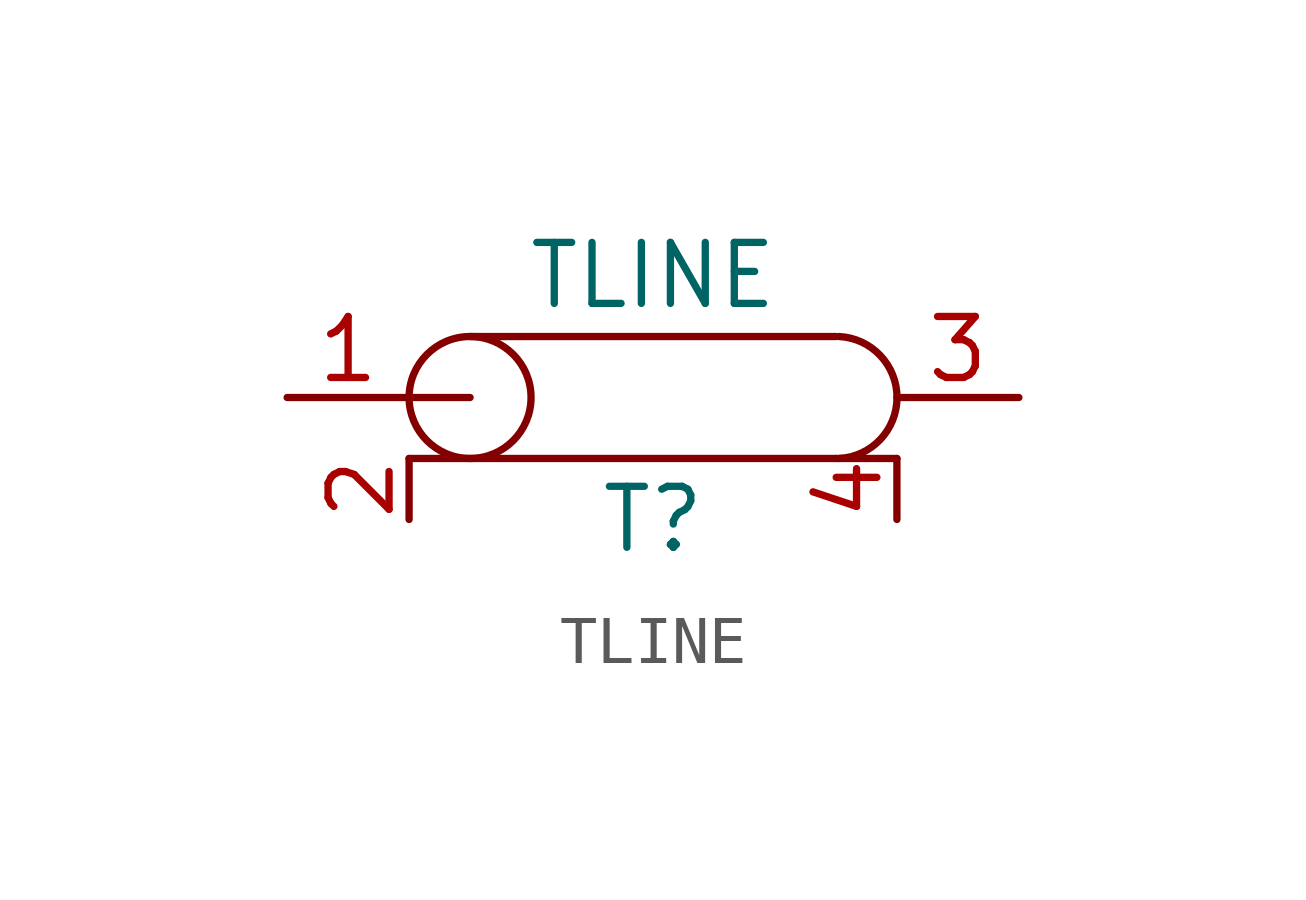
<source format=kicad_sym>
(kicad_symbol_lib
  (version 20220331)
  (generator kicad_symbol_editor)
  (symbol "TLINE"
    (property "Reference" "T"
      (at 0 -2.54 0)
      (effects (font (size 1.27 1.27))))
    (property "Value" "TLINE"
      (at 0 2.54 0)
      (effects (font (size 1.27 1.27))))
    (symbol "TLINE_0_1"
      (circle (center -3.81 0) (radius 1.27) (stroke (width 0) (type default)) (fill (type none)))
      (polyline (pts (xy -5.08 -1.27) (xy 3.81 -1.27)) (stroke (width 0) (type default)) (fill (type none)))
      (polyline (pts (xy -3.81 0) (xy -5.08 0)) (stroke (width 0) (type default)) (fill (type none)))
      (polyline (pts (xy -3.81 1.27) (xy 3.81 1.27)) (stroke (width 0) (type default)) (fill (type none)))
      (polyline (pts (xy 5.08 -1.27) (xy 3.81 -1.27)) (stroke (width 0) (type default)) (fill (type none)))
      (arc (start 3.8776 -1.27) (mid 5.0818 0) (end 3.8776 1.27) (stroke (width 0) (type default)) (fill (type none))))
    (symbol "TLINE_1_1"
      (pin passive line (at -7.62 0 0) (length 2.54) (name "" (effects (font (size 1.27 1.27)))) (number "1" (effects (font (size 1.27 1.27)))))
      (pin passive line (at -5.08 -2.54 90) (length 1.27) (name "" (effects (font (size 1.27 1.27)))) (number "2" (effects (font (size 1.27 1.27)))))
      (pin passive line (at 7.62 0 180) (length 2.54) (name "" (effects (font (size 1.27 1.27)))) (number "3" (effects (font (size 1.27 1.27)))))
      (pin passive line (at 5.08 -2.54 90) (length 1.27) (name "" (effects (font (size 1.27 1.27)))) (number "4" (effects (font (size 1.27 1.27))))))))
</source>
